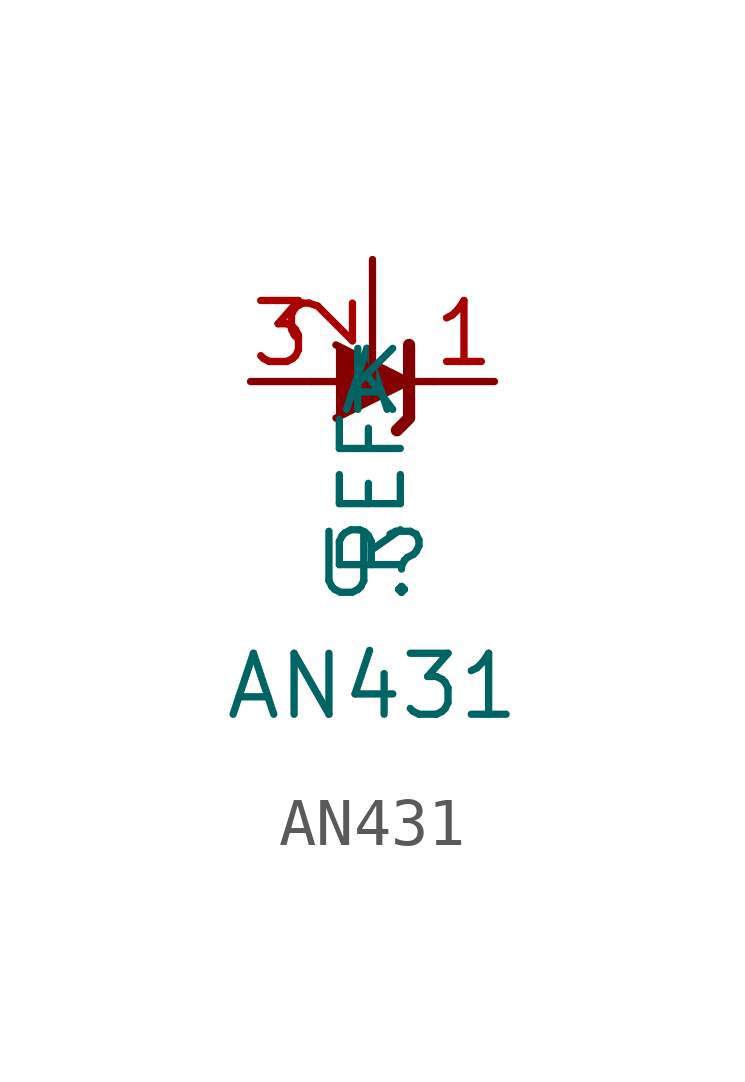
<source format=kicad_sym>
(kicad_symbol_lib
  (version 20211014)
  (generator kicad_symbol_editor)
  (symbol "AN431"
    (property "Reference" "U"
      (at 0 -3.81 0)
      (effects (font (size 1.27 1.27))))
    (property "Value" "AN431"
      (at 0 -6.35 0)
      (effects (font (size 1.27 1.27))))
    (symbol "AN431_0_1"
      (polyline (pts (xy -1.27 0) (xy 0 0) (xy 1.27 0)) (stroke (width 0) (type default) (color 0 0 0 0)) (fill (type none)))
      (polyline (pts (xy -0.762 0.762) (xy 0.762 0) (xy -0.762 -0.762)) (stroke (width 0) (type default) (color 0 0 0 0)) (fill (type outline)))
      (polyline (pts (xy 0.508 -1.016) (xy 0.762 -0.762) (xy 0.762 0.762) (xy 0.762 0.762)) (stroke (width 0.254) (type default) (color 0 0 0 0)) (fill (type none))))
    (symbol "AN431_1_1"
      (pin passive line (at 2.54 0 180) (length 1.27) (name "K" (effects (font (size 1.27 1.27)))) (number "1" (effects (font (size 1.27 1.27)))))
      (pin passive line (at 0 2.54 270) (length 2.54) (name "REF" (effects (font (size 1.27 1.27)))) (number "2" (effects (font (size 1.27 1.27)))))
      (pin passive line (at -2.54 0 0) (length 1.27) (name "A" (effects (font (size 1.27 1.27)))) (number "3" (effects (font (size 1.27 1.27))))))))
</source>
